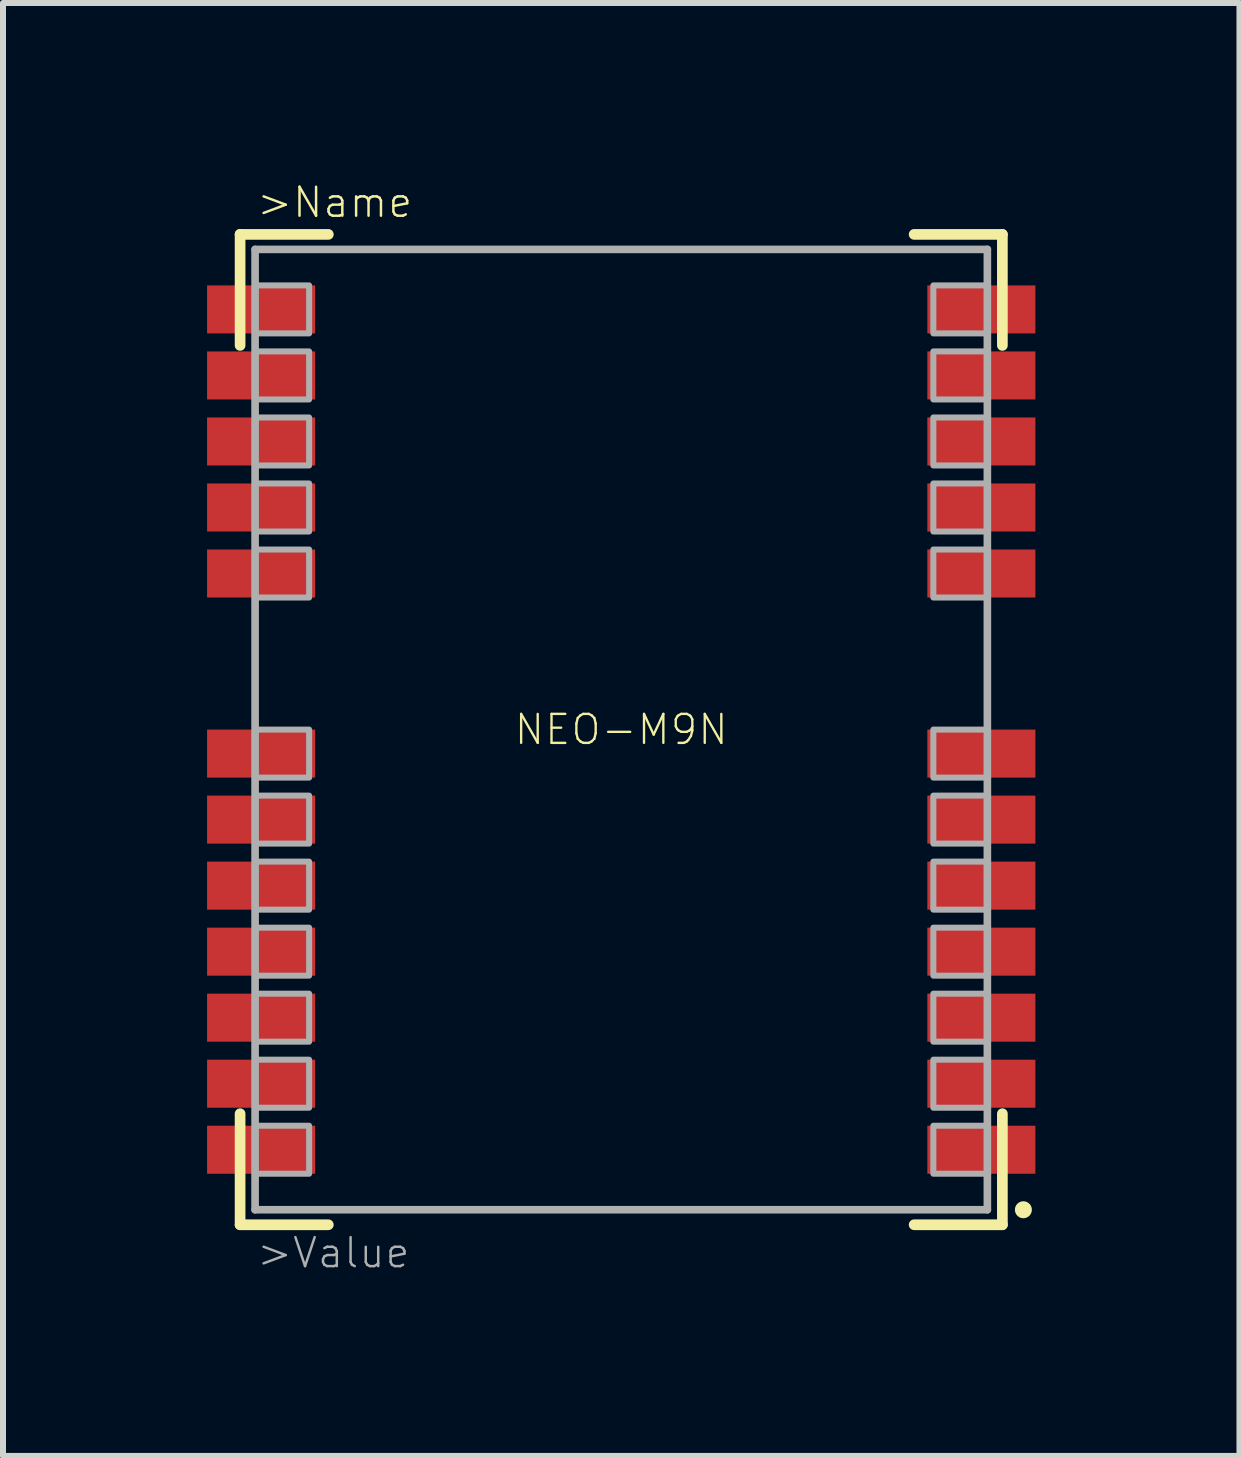
<source format=kicad_pcb>
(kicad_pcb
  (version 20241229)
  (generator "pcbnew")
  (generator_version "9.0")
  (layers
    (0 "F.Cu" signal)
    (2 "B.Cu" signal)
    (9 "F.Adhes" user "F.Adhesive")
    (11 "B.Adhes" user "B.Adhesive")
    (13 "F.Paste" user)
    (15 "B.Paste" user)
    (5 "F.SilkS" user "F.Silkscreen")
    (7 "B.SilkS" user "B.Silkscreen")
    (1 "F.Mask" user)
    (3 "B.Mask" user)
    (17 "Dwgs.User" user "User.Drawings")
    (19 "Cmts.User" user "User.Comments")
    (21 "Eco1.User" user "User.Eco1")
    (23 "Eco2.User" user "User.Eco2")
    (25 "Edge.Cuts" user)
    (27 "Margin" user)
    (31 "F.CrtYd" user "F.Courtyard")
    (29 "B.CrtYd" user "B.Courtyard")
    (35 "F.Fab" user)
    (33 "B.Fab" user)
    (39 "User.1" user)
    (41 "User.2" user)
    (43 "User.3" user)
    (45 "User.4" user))
  (footprint "NEO-M9N"
    (layer "F.Cu")
    (at 7.3 9.105)
    (property "Reference" "NEO-M9N" (at 0 0 0) (layer "F.SilkS") (effects (font (size 0.483 0.483) (thickness 0.039))))
    (attr through_hole)
    (fp_line (start -6.35 -8.25) (end -4.88 -8.25) (stroke (width 0.178) (type solid)) (layer "F.SilkS"))
    (fp_line (start -6.35 -6.4) (end -6.35 -8.25) (stroke (width 0.178) (type solid)) (layer "F.SilkS"))
    (fp_line (start -6.35 8.25) (end -6.35 6.4) (stroke (width 0.178) (type solid)) (layer "F.SilkS"))
    (fp_line (start -4.88 8.25) (end -6.35 8.25) (stroke (width 0.178) (type solid)) (layer "F.SilkS"))
    (fp_line (start 4.88 -8.25) (end 6.35 -8.25) (stroke (width 0.178) (type solid)) (layer "F.SilkS"))
    (fp_line (start 6.35 -8.25) (end 6.35 -6.4) (stroke (width 0.178) (type solid)) (layer "F.SilkS"))
    (fp_line (start 6.35 6.4) (end 6.35 8.25) (stroke (width 0.178) (type solid)) (layer "F.SilkS"))
    (fp_line (start 6.35 8.25) (end 4.88 8.25) (stroke (width 0.178) (type solid)) (layer "F.SilkS"))
    (fp_circle (center 6.7 8) (end 6.771 8) (stroke (width 0.141) (type solid)) (fill no) (layer "F.SilkS"))
    (fp_poly (pts (xy -6.1 -7.4) (xy -7.3 -7.4) (xy -7.3 -6.6) (xy -6.1 -6.6)) (stroke (width 0) (type solid)) (fill yes) (layer "F.Paste"))
    (fp_poly (pts (xy -6.1 -6.3) (xy -7.3 -6.3) (xy -7.3 -5.5) (xy -6.1 -5.5)) (stroke (width 0) (type solid)) (fill yes) (layer "F.Paste"))
    (fp_poly (pts (xy -6.1 -5.2) (xy -7.3 -5.2) (xy -7.3 -4.4) (xy -6.1 -4.4)) (stroke (width 0) (type solid)) (fill yes) (layer "F.Paste"))
    (fp_poly (pts (xy -6.1 -4.1) (xy -7.3 -4.1) (xy -7.3 -3.3) (xy -6.1 -3.3)) (stroke (width 0) (type solid)) (fill yes) (layer "F.Paste"))
    (fp_poly (pts (xy -6.1 -3) (xy -7.3 -3) (xy -7.3 -2.2) (xy -6.1 -2.2)) (stroke (width 0) (type solid)) (fill yes) (layer "F.Paste"))
    (fp_poly (pts (xy -6.1 0) (xy -7.3 0) (xy -7.3 0.8) (xy -6.1 0.8)) (stroke (width 0) (type solid)) (fill yes) (layer "F.Paste"))
    (fp_poly (pts (xy -6.1 1.1) (xy -7.3 1.1) (xy -7.3 1.9) (xy -6.1 1.9)) (stroke (width 0) (type solid)) (fill yes) (layer "F.Paste"))
    (fp_poly (pts (xy -6.1 2.2) (xy -7.3 2.2) (xy -7.3 3) (xy -6.1 3)) (stroke (width 0) (type solid)) (fill yes) (layer "F.Paste"))
    (fp_poly (pts (xy -6.1 3.3) (xy -7.3 3.3) (xy -7.3 4.1) (xy -6.1 4.1)) (stroke (width 0) (type solid)) (fill yes) (layer "F.Paste"))
    (fp_poly (pts (xy -6.1 4.4) (xy -7.3 4.4) (xy -7.3 5.2) (xy -6.1 5.2)) (stroke (width 0) (type solid)) (fill yes) (layer "F.Paste"))
    (fp_poly (pts (xy -6.1 5.5) (xy -7.3 5.5) (xy -7.3 6.3) (xy -6.1 6.3)) (stroke (width 0) (type solid)) (fill yes) (layer "F.Paste"))
    (fp_poly (pts (xy -6.1 6.6) (xy -7.3 6.6) (xy -7.3 7.4) (xy -6.1 7.4)) (stroke (width 0) (type solid)) (fill yes) (layer "F.Paste"))
    (fp_poly (pts (xy -5.2 -7.3) (xy -6.1 -7.3) (xy -6.1 -6.7) (xy -5.2 -6.7)) (stroke (width 0) (type solid)) (fill yes) (layer "F.Paste"))
    (fp_poly (pts (xy -5.2 -6.2) (xy -6.1 -6.2) (xy -6.1 -5.6) (xy -5.2 -5.6)) (stroke (width 0) (type solid)) (fill yes) (layer "F.Paste"))
    (fp_poly (pts (xy -5.2 -5.1) (xy -6.1 -5.1) (xy -6.1 -4.5) (xy -5.2 -4.5)) (stroke (width 0) (type solid)) (fill yes) (layer "F.Paste"))
    (fp_poly (pts (xy -5.2 -4) (xy -6.1 -4) (xy -6.1 -3.4) (xy -5.2 -3.4)) (stroke (width 0) (type solid)) (fill yes) (layer "F.Paste"))
    (fp_poly (pts (xy -5.2 -2.9) (xy -6.1 -2.9) (xy -6.1 -2.3) (xy -5.2 -2.3)) (stroke (width 0) (type solid)) (fill yes) (layer "F.Paste"))
    (fp_poly (pts (xy -5.2 0.1) (xy -6.1 0.1) (xy -6.1 0.7) (xy -5.2 0.7)) (stroke (width 0) (type solid)) (fill yes) (layer "F.Paste"))
    (fp_poly (pts (xy -5.2 1.2) (xy -6.1 1.2) (xy -6.1 1.8) (xy -5.2 1.8)) (stroke (width 0) (type solid)) (fill yes) (layer "F.Paste"))
    (fp_poly (pts (xy -5.2 2.3) (xy -6.1 2.3) (xy -6.1 2.9) (xy -5.2 2.9)) (stroke (width 0) (type solid)) (fill yes) (layer "F.Paste"))
    (fp_poly (pts (xy -5.2 3.4) (xy -6.1 3.4) (xy -6.1 4) (xy -5.2 4)) (stroke (width 0) (type solid)) (fill yes) (layer "F.Paste"))
    (fp_poly (pts (xy -5.2 4.5) (xy -6.1 4.5) (xy -6.1 5.1) (xy -5.2 5.1)) (stroke (width 0) (type solid)) (fill yes) (layer "F.Paste"))
    (fp_poly (pts (xy -5.2 5.6) (xy -6.1 5.6) (xy -6.1 6.2) (xy -5.2 6.2)) (stroke (width 0) (type solid)) (fill yes) (layer "F.Paste"))
    (fp_poly (pts (xy -5.2 6.7) (xy -6.1 6.7) (xy -6.1 7.3) (xy -5.2 7.3)) (stroke (width 0) (type solid)) (fill yes) (layer "F.Paste"))
    (fp_poly (pts (xy 5.2 -6.7) (xy 6.1 -6.7) (xy 6.1 -7.3) (xy 5.2 -7.3)) (stroke (width 0) (type solid)) (fill yes) (layer "F.Paste"))
    (fp_poly (pts (xy 5.2 -5.6) (xy 6.1 -5.6) (xy 6.1 -6.2) (xy 5.2 -6.2)) (stroke (width 0) (type solid)) (fill yes) (layer "F.Paste"))
    (fp_poly (pts (xy 5.2 -4.5) (xy 6.1 -4.5) (xy 6.1 -5.1) (xy 5.2 -5.1)) (stroke (width 0) (type solid)) (fill yes) (layer "F.Paste"))
    (fp_poly (pts (xy 5.2 -3.4) (xy 6.1 -3.4) (xy 6.1 -4) (xy 5.2 -4)) (stroke (width 0) (type solid)) (fill yes) (layer "F.Paste"))
    (fp_poly (pts (xy 5.2 -2.3) (xy 6.1 -2.3) (xy 6.1 -2.9) (xy 5.2 -2.9)) (stroke (width 0) (type solid)) (fill yes) (layer "F.Paste"))
    (fp_poly (pts (xy 5.2 0.7) (xy 6.1 0.7) (xy 6.1 0.1) (xy 5.2 0.1)) (stroke (width 0) (type solid)) (fill yes) (layer "F.Paste"))
    (fp_poly (pts (xy 5.2 1.8) (xy 6.1 1.8) (xy 6.1 1.2) (xy 5.2 1.2)) (stroke (width 0) (type solid)) (fill yes) (layer "F.Paste"))
    (fp_poly (pts (xy 5.2 2.9) (xy 6.1 2.9) (xy 6.1 2.3) (xy 5.2 2.3)) (stroke (width 0) (type solid)) (fill yes) (layer "F.Paste"))
    (fp_poly (pts (xy 5.2 4) (xy 6.1 4) (xy 6.1 3.4) (xy 5.2 3.4)) (stroke (width 0) (type solid)) (fill yes) (layer "F.Paste"))
    (fp_poly (pts (xy 5.2 5.1) (xy 6.1 5.1) (xy 6.1 4.5) (xy 5.2 4.5)) (stroke (width 0) (type solid)) (fill yes) (layer "F.Paste"))
    (fp_poly (pts (xy 5.2 6.2) (xy 6.1 6.2) (xy 6.1 5.6) (xy 5.2 5.6)) (stroke (width 0) (type solid)) (fill yes) (layer "F.Paste"))
    (fp_poly (pts (xy 5.2 7.3) (xy 6.1 7.3) (xy 6.1 6.7) (xy 5.2 6.7)) (stroke (width 0) (type solid)) (fill yes) (layer "F.Paste"))
    (fp_poly (pts (xy 6.1 -6.6) (xy 7.3 -6.6) (xy 7.3 -7.4) (xy 6.1 -7.4)) (stroke (width 0) (type solid)) (fill yes) (layer "F.Paste"))
    (fp_poly (pts (xy 6.1 -5.5) (xy 7.3 -5.5) (xy 7.3 -6.3) (xy 6.1 -6.3)) (stroke (width 0) (type solid)) (fill yes) (layer "F.Paste"))
    (fp_poly (pts (xy 6.1 -4.4) (xy 7.3 -4.4) (xy 7.3 -5.2) (xy 6.1 -5.2)) (stroke (width 0) (type solid)) (fill yes) (layer "F.Paste"))
    (fp_poly (pts (xy 6.1 -3.3) (xy 7.3 -3.3) (xy 7.3 -4.1) (xy 6.1 -4.1)) (stroke (width 0) (type solid)) (fill yes) (layer "F.Paste"))
    (fp_poly (pts (xy 6.1 -2.2) (xy 7.3 -2.2) (xy 7.3 -3) (xy 6.1 -3)) (stroke (width 0) (type solid)) (fill yes) (layer "F.Paste"))
    (fp_poly (pts (xy 6.1 0.8) (xy 7.3 0.8) (xy 7.3 0) (xy 6.1 0)) (stroke (width 0) (type solid)) (fill yes) (layer "F.Paste"))
    (fp_poly (pts (xy 6.1 1.9) (xy 7.3 1.9) (xy 7.3 1.1) (xy 6.1 1.1)) (stroke (width 0) (type solid)) (fill yes) (layer "F.Paste"))
    (fp_poly (pts (xy 6.1 3) (xy 7.3 3) (xy 7.3 2.2) (xy 6.1 2.2)) (stroke (width 0) (type solid)) (fill yes) (layer "F.Paste"))
    (fp_poly (pts (xy 6.1 4.1) (xy 7.3 4.1) (xy 7.3 3.3) (xy 6.1 3.3)) (stroke (width 0) (type solid)) (fill yes) (layer "F.Paste"))
    (fp_poly (pts (xy 6.1 5.2) (xy 7.3 5.2) (xy 7.3 4.4) (xy 6.1 4.4)) (stroke (width 0) (type solid)) (fill yes) (layer "F.Paste"))
    (fp_poly (pts (xy 6.1 6.3) (xy 7.3 6.3) (xy 7.3 5.5) (xy 6.1 5.5)) (stroke (width 0) (type solid)) (fill yes) (layer "F.Paste"))
    (fp_poly (pts (xy 6.1 7.4) (xy 7.3 7.4) (xy 7.3 6.6) (xy 6.1 6.6)) (stroke (width 0) (type solid)) (fill yes) (layer "F.Paste"))
    (fp_line (start -6.1 -8) (end 6.1 -8) (stroke (width 0.127) (type solid)) (layer "F.Fab"))
    (fp_line (start -6.1 8) (end -6.1 -8) (stroke (width 0.127) (type solid)) (layer "F.Fab"))
    (fp_line (start 6.1 -8) (end 6.1 8) (stroke (width 0.127) (type solid)) (layer "F.Fab"))
    (fp_line (start 6.1 8) (end -6.1 8) (stroke (width 0.127) (type solid)) (layer "F.Fab"))
    (fp_poly (pts (xy -6.1 -6.6) (xy -5.2 -6.6) (xy -5.2 -7.4) (xy -6.1 -7.4)) (stroke (width 0.1) (type solid)) (fill no) (layer "F.Fab"))
    (fp_poly (pts (xy -6.1 -5.5) (xy -5.2 -5.5) (xy -5.2 -6.3) (xy -6.1 -6.3)) (stroke (width 0.1) (type solid)) (fill no) (layer "F.Fab"))
    (fp_poly (pts (xy -6.1 -4.4) (xy -5.2 -4.4) (xy -5.2 -5.2) (xy -6.1 -5.2)) (stroke (width 0.1) (type solid)) (fill no) (layer "F.Fab"))
    (fp_poly (pts (xy -6.1 -3.3) (xy -5.2 -3.3) (xy -5.2 -4.1) (xy -6.1 -4.1)) (stroke (width 0.1) (type solid)) (fill no) (layer "F.Fab"))
    (fp_poly (pts (xy -6.1 -2.2) (xy -5.2 -2.2) (xy -5.2 -3) (xy -6.1 -3)) (stroke (width 0.1) (type solid)) (fill no) (layer "F.Fab"))
    (fp_poly (pts (xy -6.1 0.8) (xy -5.2 0.8) (xy -5.2 0) (xy -6.1 0)) (stroke (width 0.1) (type solid)) (fill no) (layer "F.Fab"))
    (fp_poly (pts (xy -6.1 1.9) (xy -5.2 1.9) (xy -5.2 1.1) (xy -6.1 1.1)) (stroke (width 0.1) (type solid)) (fill no) (layer "F.Fab"))
    (fp_poly (pts (xy -6.1 3) (xy -5.2 3) (xy -5.2 2.2) (xy -6.1 2.2)) (stroke (width 0.1) (type solid)) (fill no) (layer "F.Fab"))
    (fp_poly (pts (xy -6.1 4.1) (xy -5.2 4.1) (xy -5.2 3.3) (xy -6.1 3.3)) (stroke (width 0.1) (type solid)) (fill no) (layer "F.Fab"))
    (fp_poly (pts (xy -6.1 5.2) (xy -5.2 5.2) (xy -5.2 4.4) (xy -6.1 4.4)) (stroke (width 0.1) (type solid)) (fill no) (layer "F.Fab"))
    (fp_poly (pts (xy -6.1 6.3) (xy -5.2 6.3) (xy -5.2 5.5) (xy -6.1 5.5)) (stroke (width 0.1) (type solid)) (fill no) (layer "F.Fab"))
    (fp_poly (pts (xy -6.1 7.4) (xy -5.2 7.4) (xy -5.2 6.6) (xy -6.1 6.6)) (stroke (width 0.1) (type solid)) (fill no) (layer "F.Fab"))
    (fp_poly (pts (xy 5.2 -6.6) (xy 6.1 -6.6) (xy 6.1 -7.4) (xy 5.2 -7.4)) (stroke (width 0.1) (type solid)) (fill no) (layer "F.Fab"))
    (fp_poly (pts (xy 5.2 -5.5) (xy 6.1 -5.5) (xy 6.1 -6.3) (xy 5.2 -6.3)) (stroke (width 0.1) (type solid)) (fill no) (layer "F.Fab"))
    (fp_poly (pts (xy 5.2 -4.4) (xy 6.1 -4.4) (xy 6.1 -5.2) (xy 5.2 -5.2)) (stroke (width 0.1) (type solid)) (fill no) (layer "F.Fab"))
    (fp_poly (pts (xy 5.2 -3.3) (xy 6.1 -3.3) (xy 6.1 -4.1) (xy 5.2 -4.1)) (stroke (width 0.1) (type solid)) (fill no) (layer "F.Fab"))
    (fp_poly (pts (xy 5.2 -2.2) (xy 6.1 -2.2) (xy 6.1 -3) (xy 5.2 -3)) (stroke (width 0.1) (type solid)) (fill no) (layer "F.Fab"))
    (fp_poly (pts (xy 5.2 0.8) (xy 6.1 0.8) (xy 6.1 0) (xy 5.2 0)) (stroke (width 0.1) (type solid)) (fill no) (layer "F.Fab"))
    (fp_poly (pts (xy 5.2 1.9) (xy 6.1 1.9) (xy 6.1 1.1) (xy 5.2 1.1)) (stroke (width 0.1) (type solid)) (fill no) (layer "F.Fab"))
    (fp_poly (pts (xy 5.2 3) (xy 6.1 3) (xy 6.1 2.2) (xy 5.2 2.2)) (stroke (width 0.1) (type solid)) (fill no) (layer "F.Fab"))
    (fp_poly (pts (xy 5.2 4.1) (xy 6.1 4.1) (xy 6.1 3.3) (xy 5.2 3.3)) (stroke (width 0.1) (type solid)) (fill no) (layer "F.Fab"))
    (fp_poly (pts (xy 5.2 5.2) (xy 6.1 5.2) (xy 6.1 4.4) (xy 5.2 4.4)) (stroke (width 0.1) (type solid)) (fill no) (layer "F.Fab"))
    (fp_poly (pts (xy 5.2 6.3) (xy 6.1 6.3) (xy 6.1 5.5) (xy 5.2 5.5)) (stroke (width 0.1) (type solid)) (fill no) (layer "F.Fab"))
    (fp_poly (pts (xy 5.2 7.4) (xy 6.1 7.4) (xy 6.1 6.6) (xy 5.2 6.6)) (stroke (width 0.1) (type solid)) (fill no) (layer "F.Fab"))
    (fp_text user ">Name" (at -6.1 -8.5 0) (layer "F.SilkS") (effects (font (size 0.483 0.483) (thickness 0.041)) (justify left bottom)))
    (fp_text user ">Value" (at -6.1 9 0) (layer "F.Fab") (effects (font (size 0.483 0.483) (thickness 0.041)) (justify left bottom)))
    (pad "1" smd rect (at 6 7) (size 1.8 0.8) (layers "F.Cu" "F.Mask"))
    (pad "2" smd rect (at 6 5.9) (size 1.8 0.8) (layers "F.Cu" "F.Mask"))
    (pad "3" smd rect (at 6 4.8) (size 1.8 0.8) (layers "F.Cu" "F.Mask"))
    (pad "4" smd rect (at 6 3.7) (size 1.8 0.8) (layers "F.Cu" "F.Mask"))
    (pad "5" smd rect (at 6 2.6) (size 1.8 0.8) (layers "F.Cu" "F.Mask"))
    (pad "6" smd rect (at 6 1.5) (size 1.8 0.8) (layers "F.Cu" "F.Mask"))
    (pad "7" smd rect (at 6 0.4) (size 1.8 0.8) (layers "F.Cu" "F.Mask"))
    (pad "8" smd rect (at 6 -2.6) (size 1.8 0.8) (layers "F.Cu" "F.Mask"))
    (pad "9" smd rect (at 6 -3.7) (size 1.8 0.8) (layers "F.Cu" "F.Mask"))
    (pad "10" smd rect (at 6 -4.8) (size 1.8 0.8) (layers "F.Cu" "F.Mask"))
    (pad "11" smd rect (at 6 -5.9) (size 1.8 0.8) (layers "F.Cu" "F.Mask"))
    (pad "12" smd rect (at 6 -7) (size 1.8 0.8) (layers "F.Cu" "F.Mask"))
    (pad "13" smd rect (at -6 -7 180) (size 1.8 0.8) (layers "F.Cu" "F.Mask"))
    (pad "14" smd rect (at -6 -5.9 180) (size 1.8 0.8) (layers "F.Cu" "F.Mask"))
    (pad "15" smd rect (at -6 -4.8 180) (size 1.8 0.8) (layers "F.Cu" "F.Mask"))
    (pad "16" smd rect (at -6 -3.7 180) (size 1.8 0.8) (layers "F.Cu" "F.Mask"))
    (pad "17" smd rect (at -6 -2.6 180) (size 1.8 0.8) (layers "F.Cu" "F.Mask"))
    (pad "18" smd rect (at -6 0.4 180) (size 1.8 0.8) (layers "F.Cu" "F.Mask"))
    (pad "19" smd rect (at -6 1.5 180) (size 1.8 0.8) (layers "F.Cu" "F.Mask"))
    (pad "20" smd rect (at -6 2.6 180) (size 1.8 0.8) (layers "F.Cu" "F.Mask"))
    (pad "21" smd rect (at -6 3.7 180) (size 1.8 0.8) (layers "F.Cu" "F.Mask"))
    (pad "22" smd rect (at -6 4.8 180) (size 1.8 0.8) (layers "F.Cu" "F.Mask"))
    (pad "23" smd rect (at -6 5.9 180) (size 1.8 0.8) (layers "F.Cu" "F.Mask"))
    (pad "24" smd rect (at -6 7 180) (size 1.8 0.8) (layers "F.Cu" "F.Mask")))
  (gr_rect
    (start -3 -3)
    (end 17.6 21.207)
    (stroke (width 0.1) (type default))
    (fill no)
    (layer "Edge.Cuts")))
</source>
